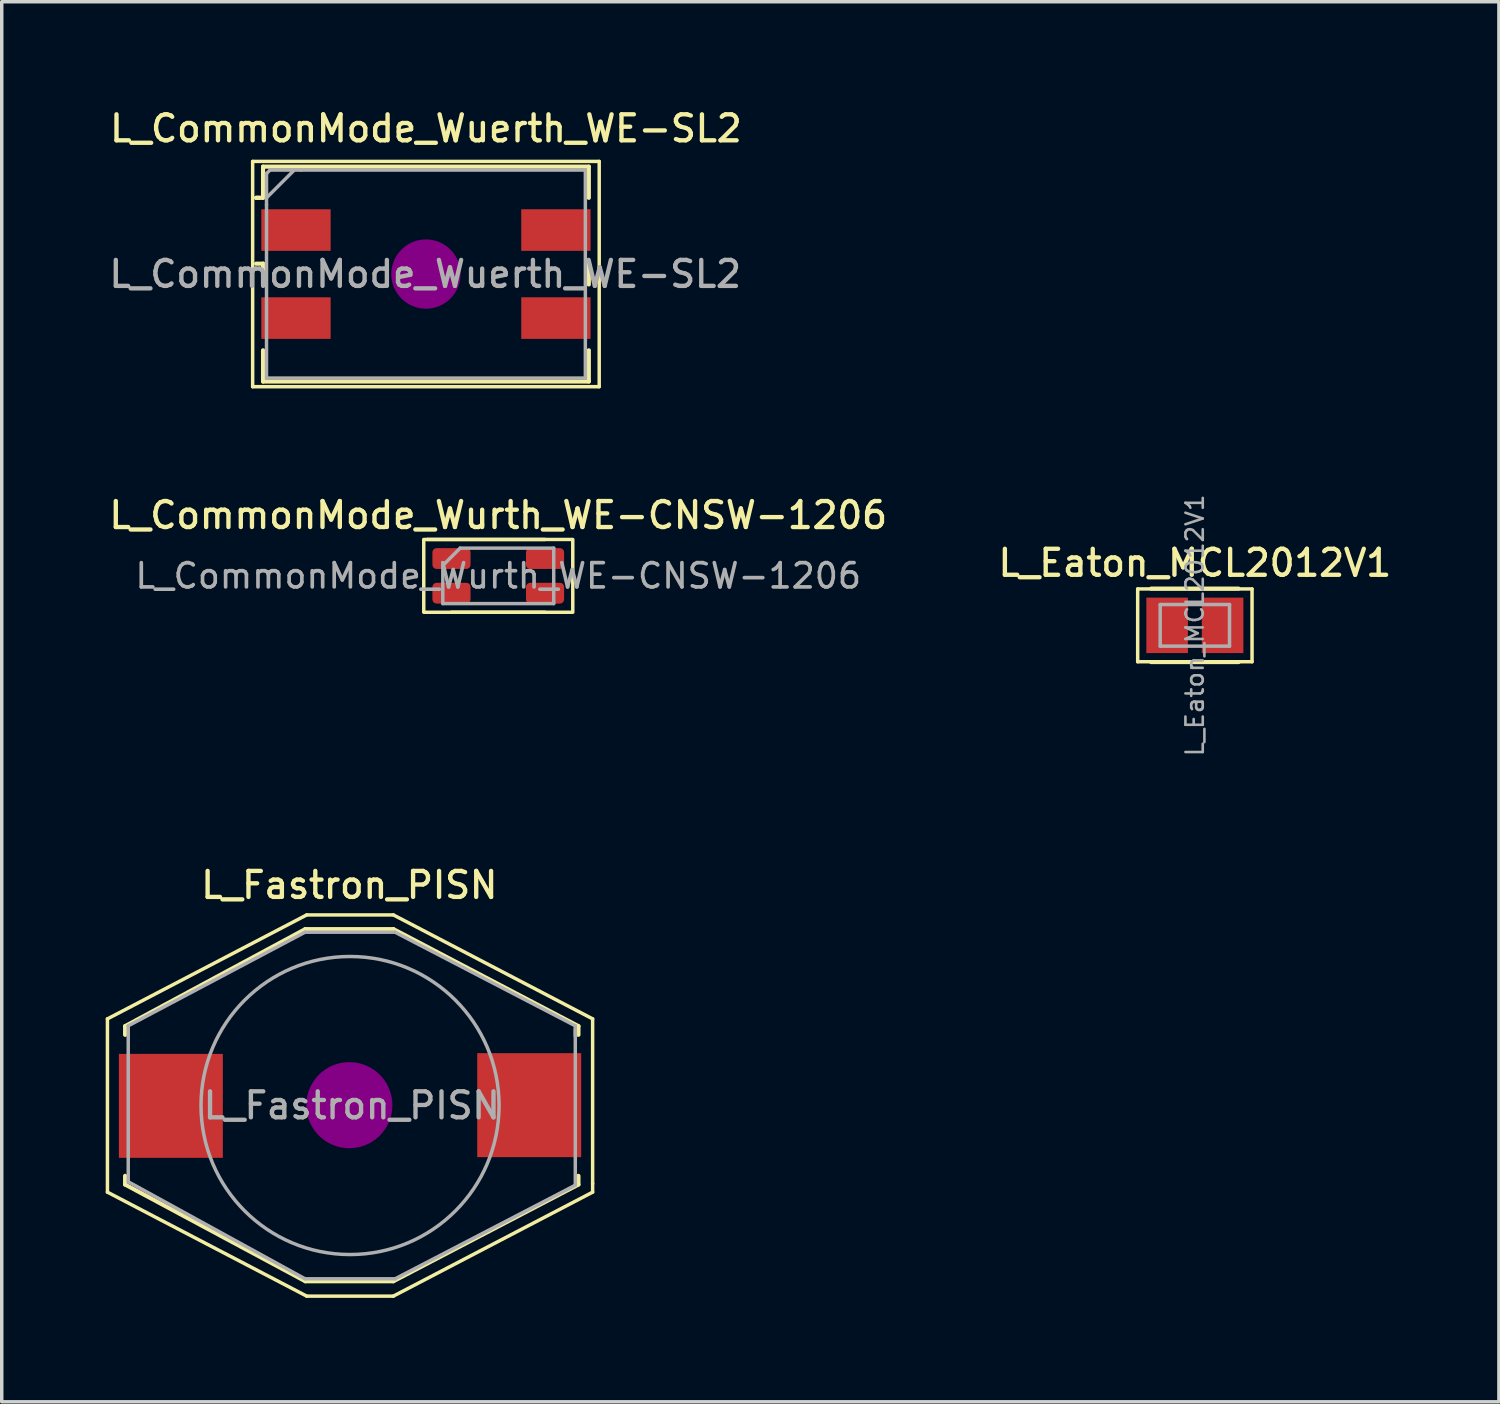
<source format=kicad_pcb>
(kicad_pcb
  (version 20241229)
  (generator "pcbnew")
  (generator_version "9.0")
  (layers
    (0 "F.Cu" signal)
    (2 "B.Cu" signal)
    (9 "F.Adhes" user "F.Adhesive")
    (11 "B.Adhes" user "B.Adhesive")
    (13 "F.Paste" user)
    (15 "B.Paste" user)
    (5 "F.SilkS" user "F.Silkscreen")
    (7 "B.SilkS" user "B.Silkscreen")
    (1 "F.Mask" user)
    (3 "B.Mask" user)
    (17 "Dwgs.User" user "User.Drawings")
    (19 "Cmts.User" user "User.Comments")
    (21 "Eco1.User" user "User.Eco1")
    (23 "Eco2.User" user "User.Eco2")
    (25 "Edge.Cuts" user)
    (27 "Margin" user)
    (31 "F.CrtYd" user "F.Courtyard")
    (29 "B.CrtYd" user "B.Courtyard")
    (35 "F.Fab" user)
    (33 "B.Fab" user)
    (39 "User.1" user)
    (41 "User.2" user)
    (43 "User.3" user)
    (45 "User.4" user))
  (footprint "L_Eaton_MCL2012V1"
    (layer "F.Cu")
    (at 31.427 14.994)
    (property "Reference" "L_Eaton_MCL2012V1" (at 0 -1.8 0) (layer "F.SilkS") (effects (font (size 0.75 0.75) (thickness 0.125))))
    (attr smd)
    (fp_line (start -1.65 -1.05) (end -1.65 1.05) (stroke (width 0.1) (type solid)) (layer "F.SilkS"))
    (fp_line (start -1.65 1.05) (end 1.65 1.05) (stroke (width 0.1) (type solid)) (layer "F.SilkS"))
    (fp_line (start -1.26 -1.06) (end 1.26 -1.06) (stroke (width 0.12) (type solid)) (layer "F.SilkS"))
    (fp_line (start -1.26 1.06) (end 1.26 1.06) (stroke (width 0.12) (type solid)) (layer "F.SilkS"))
    (fp_line (start 1.65 -1.05) (end -1.65 -1.05) (stroke (width 0.1) (type solid)) (layer "F.SilkS"))
    (fp_line (start 1.65 1.05) (end 1.65 -1.05) (stroke (width 0.1) (type solid)) (layer "F.SilkS"))
    (fp_line (start -1 -0.6) (end -1 0.6) (stroke (width 0.1) (type solid)) (layer "F.Fab"))
    (fp_line (start -1 0.6) (end 1 0.6) (stroke (width 0.1) (type solid)) (layer "F.Fab"))
    (fp_line (start 1 -0.6) (end -1 -0.6) (stroke (width 0.1) (type solid)) (layer "F.Fab"))
    (fp_line (start 1 0.6) (end 1 -0.6) (stroke (width 0.1) (type solid)) (layer "F.Fab"))
    (fp_text user "${REFERENCE}" (at 0 0 90) (layer "F.Fab") (effects (font (size 0.5 0.5) (thickness 0.075))))
    (pad "1" smd rect (at -0.8 0) (size 1.2 1.6) (layers "F.Cu" "F.Mask" "F.Paste"))
    (pad "2" smd rect (at 0.8 0) (size 1.2 1.6) (layers "F.Cu" "F.Mask" "F.Paste")))
  (footprint "L_CommonMode_Wuerth_WE-SL2"
    (layer "F.Cu")
    (at 9.24 4.858)
    (property "Reference" "L_CommonMode_Wuerth_WE-SL2" (at 0 -4.2 0) (layer "F.SilkS") (effects (font (size 0.75 0.75) (thickness 0.125))))
    (attr smd)
    (fp_line (start -5 -3.25) (end 5 -3.25) (stroke (width 0.1) (type solid)) (layer "F.SilkS"))
    (fp_line (start -5 3.25) (end -5 -3.25) (stroke (width 0.1) (type solid)) (layer "F.SilkS"))
    (fp_line (start -4.9 -2.2) (end -4.8 -2.2) (stroke (width 0.12) (type solid)) (layer "F.SilkS"))
    (fp_line (start -4.9 -0.3) (end -4.7 -0.3) (stroke (width 0.12) (type solid)) (layer "F.SilkS"))
    (fp_line (start -4.7 -3.1) (end -4.7 -2.2) (stroke (width 0.12) (type solid)) (layer "F.SilkS"))
    (fp_line (start -4.7 -3.1) (end 4.7 -3.1) (stroke (width 0.12) (type solid)) (layer "F.SilkS"))
    (fp_line (start -4.7 -2.2) (end -4.9 -2.2) (stroke (width 0.12) (type solid)) (layer "F.SilkS"))
    (fp_line (start -4.7 -0.3) (end -4.7 0.3) (stroke (width 0.12) (type solid)) (layer "F.SilkS"))
    (fp_line (start -4.7 3.1) (end -4.7 2.2) (stroke (width 0.12) (type solid)) (layer "F.SilkS"))
    (fp_line (start 4.7 -3.1) (end 4.7 -2.2) (stroke (width 0.12) (type solid)) (layer "F.SilkS"))
    (fp_line (start 4.7 -0.3) (end 4.7 0.3) (stroke (width 0.12) (type solid)) (layer "F.SilkS"))
    (fp_line (start 4.7 3.1) (end -4.7 3.1) (stroke (width 0.12) (type solid)) (layer "F.SilkS"))
    (fp_line (start 4.7 3.1) (end 4.7 2.2) (stroke (width 0.12) (type solid)) (layer "F.SilkS"))
    (fp_line (start 5 -3.25) (end 5 3.25) (stroke (width 0.1) (type solid)) (layer "F.SilkS"))
    (fp_line (start 5 3.25) (end -5 3.25) (stroke (width 0.1) (type solid)) (layer "F.SilkS"))
    (fp_circle (center 0 0) (end 0.5 0) (stroke (width 1) (type solid)) (fill no) (layer "F.Adhes"))
    (fp_line (start -4.6 -2.9) (end -4.5 -3) (stroke (width 0.1) (type solid)) (layer "F.Fab"))
    (fp_line (start -4.6 -2.2) (end -3.8 -3) (stroke (width 0.1) (type solid)) (layer "F.Fab"))
    (fp_line (start -4.6 -2) (end -4.6 -2.9) (stroke (width 0.1) (type solid)) (layer "F.Fab"))
    (fp_line (start -4.6 -2) (end -4.6 3) (stroke (width 0.1) (type solid)) (layer "F.Fab"))
    (fp_line (start -4.5 -3) (end -3.6 -3) (stroke (width 0.1) (type solid)) (layer "F.Fab"))
    (fp_line (start -3.6 -3) (end 4.6 -3) (stroke (width 0.1) (type solid)) (layer "F.Fab"))
    (fp_line (start 4.6 -3) (end 4.6 3) (stroke (width 0.1) (type solid)) (layer "F.Fab"))
    (fp_line (start 4.6 3) (end -4.6 3) (stroke (width 0.1) (type solid)) (layer "F.Fab"))
    (fp_text user "${REFERENCE}" (at -0.02 0 0) (layer "F.Fab") (effects (font (size 0.75 0.75) (thickness 0.125))))
    (pad "1" smd rect (at -3.75 -1.27) (size 2 1.2) (layers "F.Cu" "F.Mask" "F.Paste"))
    (pad "2" smd rect (at -3.75 1.27) (size 2 1.2) (layers "F.Cu" "F.Mask" "F.Paste"))
    (pad "3" smd rect (at 3.75 1.27) (size 2 1.2) (layers "F.Cu" "F.Mask" "F.Paste"))
    (pad "4" smd rect (at 3.75 -1.27) (size 2 1.2) (layers "F.Cu" "F.Mask" "F.Paste")))
  (footprint "L_CommonMode_Wurth_WE-CNSW-1206"
    (layer "F.Cu")
    (at 11.327 13.566)
    (property "Reference" "L_CommonMode_Wurth_WE-CNSW-1206" (at 0 -1.75 0) (unlocked yes) (layer "F.SilkS") (effects (font (size 0.75 0.75) (thickness 0.125))))
    (attr smd)
    (fp_line (start -2.05 -1.05) (end 1.35 -1.05) (stroke (width 0.1) (type default)) (layer "F.SilkS"))
    (fp_line (start -1.35 1.05) (end 1.35 1.05) (stroke (width 0.1) (type default)) (layer "F.SilkS"))
    (fp_rect (start -2.15 -1.05) (end 2.15 1.05) (stroke (width 0.1) (type default)) (fill no) (layer "F.SilkS"))
    (fp_line (start -1.6 -0.3) (end -1.1 -0.8) (stroke (width 0.1) (type default)) (layer "F.Fab"))
    (fp_line (start -1.6 0.8) (end -1.6 -0.3) (stroke (width 0.1) (type default)) (layer "F.Fab"))
    (fp_line (start -1.1 -0.8) (end 1.6 -0.8) (stroke (width 0.1) (type default)) (layer "F.Fab"))
    (fp_line (start 1.6 -0.8) (end 1.6 0.8) (stroke (width 0.1) (type default)) (layer "F.Fab"))
    (fp_line (start 1.6 0.8) (end -1.6 0.8) (stroke (width 0.1) (type default)) (layer "F.Fab"))
    (fp_text user "${REFERENCE}" (at 0 0 0) (unlocked yes) (layer "F.Fab") (effects (font (size 0.7 0.7) (thickness 0.105))))
    (pad "1" smd roundrect (at -1.35 -0.5) (size 1.1 0.6) (layers "F.Cu" "F.Mask" "F.Paste") (roundrect_rratio 0.2))
    (pad "2" smd roundrect (at 1.35 -0.5) (size 1.1 0.6) (layers "F.Cu" "F.Mask" "F.Paste") (roundrect_rratio 0.2))
    (pad "3" smd roundrect (at 1.35 0.5) (size 1.1 0.6) (layers "F.Cu" "F.Mask" "F.Paste") (roundrect_rratio 0.2))
    (pad "4" smd roundrect (at -1.35 0.5) (size 1.1 0.6) (layers "F.Cu" "F.Mask" "F.Paste") (roundrect_rratio 0.2)))
  (footprint "L_Fastron_PISN"
    (layer "F.Cu")
    (at 7.05 28.849)
    (property "Reference" "L_Fastron_PISN" (at -0.02 -6.36 0) (layer "F.SilkS") (effects (font (size 0.75 0.75) (thickness 0.125))))
    (attr smd)
    (fp_line (start -7 -2.5) (end -1.25 -5.5) (stroke (width 0.1) (type solid)) (layer "F.SilkS"))
    (fp_line (start -7 2.5) (end -7 -2.5) (stroke (width 0.1) (type solid)) (layer "F.SilkS"))
    (fp_line (start -6.49 -2.29) (end -6.49 -2.04) (stroke (width 0.12) (type solid)) (layer "F.SilkS"))
    (fp_line (start -6.49 2.28) (end -6.49 2.03) (stroke (width 0.12) (type solid)) (layer "F.SilkS"))
    (fp_line (start -1.29 -5.09) (end -6.49 -2.29) (stroke (width 0.12) (type solid)) (layer "F.SilkS"))
    (fp_line (start -1.29 -5.09) (end 1.25 -5.09) (stroke (width 0.12) (type solid)) (layer "F.SilkS"))
    (fp_line (start -1.29 5.07) (end -6.49 2.28) (stroke (width 0.12) (type solid)) (layer "F.SilkS"))
    (fp_line (start -1.29 5.07) (end 1.25 5.07) (stroke (width 0.12) (type solid)) (layer "F.SilkS"))
    (fp_line (start -1.25 -5.5) (end 1.25 -5.5) (stroke (width 0.1) (type solid)) (layer "F.SilkS"))
    (fp_line (start -1.25 5.5) (end -7 2.5) (stroke (width 0.1) (type solid)) (layer "F.SilkS"))
    (fp_line (start 1.25 -5.5) (end 7 -2.5) (stroke (width 0.1) (type solid)) (layer "F.SilkS"))
    (fp_line (start 1.25 -5.09) (end 6.59 -2.29) (stroke (width 0.12) (type solid)) (layer "F.SilkS"))
    (fp_line (start 1.25 5.07) (end 6.59 2.28) (stroke (width 0.12) (type solid)) (layer "F.SilkS"))
    (fp_line (start 1.25 5.5) (end -1.25 5.5) (stroke (width 0.1) (type solid)) (layer "F.SilkS"))
    (fp_line (start 6.59 -2.29) (end 6.59 -2.04) (stroke (width 0.12) (type solid)) (layer "F.SilkS"))
    (fp_line (start 6.59 2.28) (end 6.59 2.03) (stroke (width 0.12) (type solid)) (layer "F.SilkS"))
    (fp_line (start 7 -2.5) (end 7 2.25) (stroke (width 0.1) (type solid)) (layer "F.SilkS"))
    (fp_line (start 7 2.25) (end 7 2.5) (stroke (width 0.1) (type solid)) (layer "F.SilkS"))
    (fp_line (start 7 2.5) (end 1.25 5.5) (stroke (width 0.1) (type solid)) (layer "F.SilkS"))
    (fp_line (start -0.02 -0.26) (end -0.02 0.25) (stroke (width 0.38) (type solid)) (layer "F.Adhes"))
    (fp_circle (center -0.02 -0.01) (end -0.02 0.5) (stroke (width 0.38) (type solid)) (fill no) (layer "F.Adhes"))
    (fp_circle (center -0.02 -0.01) (end 0.24 -0.01) (stroke (width 0.38) (type solid)) (fill no) (layer "F.Adhes"))
    (fp_circle (center -0.02 -0.01) (end 0.24 0.76) (stroke (width 0.38) (type solid)) (fill no) (layer "F.Adhes"))
    (fp_circle (center -0.02 -0.01) (end 0.24 1.01) (stroke (width 0.38) (type solid)) (fill no) (layer "F.Adhes"))
    (fp_line (start -6.4 -2.3) (end -1.3 -5) (stroke (width 0.1) (type solid)) (layer "F.Fab"))
    (fp_line (start -6.4 -2) (end -6.4 -2.3) (stroke (width 0.1) (type solid)) (layer "F.Fab"))
    (fp_line (start -6.4 -2) (end -6.4 2.2) (stroke (width 0.1) (type solid)) (layer "F.Fab"))
    (fp_line (start -6.4 2.2) (end -1.3 5) (stroke (width 0.1) (type solid)) (layer "F.Fab"))
    (fp_line (start -1.3 -5) (end 1.3 -5) (stroke (width 0.1) (type solid)) (layer "F.Fab"))
    (fp_line (start -1.3 5) (end 1.3 5) (stroke (width 0.1) (type solid)) (layer "F.Fab"))
    (fp_line (start 1.3 -5) (end 6.5 -2.3) (stroke (width 0.1) (type solid)) (layer "F.Fab"))
    (fp_line (start 1.3 5) (end 6.5 2.3) (stroke (width 0.1) (type solid)) (layer "F.Fab"))
    (fp_line (start 6.5 -2.3) (end 6.5 -2) (stroke (width 0.1) (type solid)) (layer "F.Fab"))
    (fp_line (start 6.5 2.3) (end 6.5 -2.2) (stroke (width 0.1) (type solid)) (layer "F.Fab"))
    (fp_circle (center 0 0) (end 0 -4.3) (stroke (width 0.1) (type solid)) (fill no) (layer "F.Fab"))
    (fp_text user "${REFERENCE}" (at 0.05 0 0) (layer "F.Fab") (effects (font (size 0.75 0.75) (thickness 0.125))))
    (pad "1" smd rect (at 5.17 -0.01) (size 3 3) (layers "F.Cu" "F.Mask" "F.Paste"))
    (pad "2" smd rect (at -5.17 0.01) (size 3 3) (layers "F.Cu" "F.Mask" "F.Paste")))
  (gr_rect
    (start -3 -3)
    (end 40.2 37.399)
    (stroke (width 0.1) (type default))
    (fill no)
    (layer "Edge.Cuts")))
</source>
